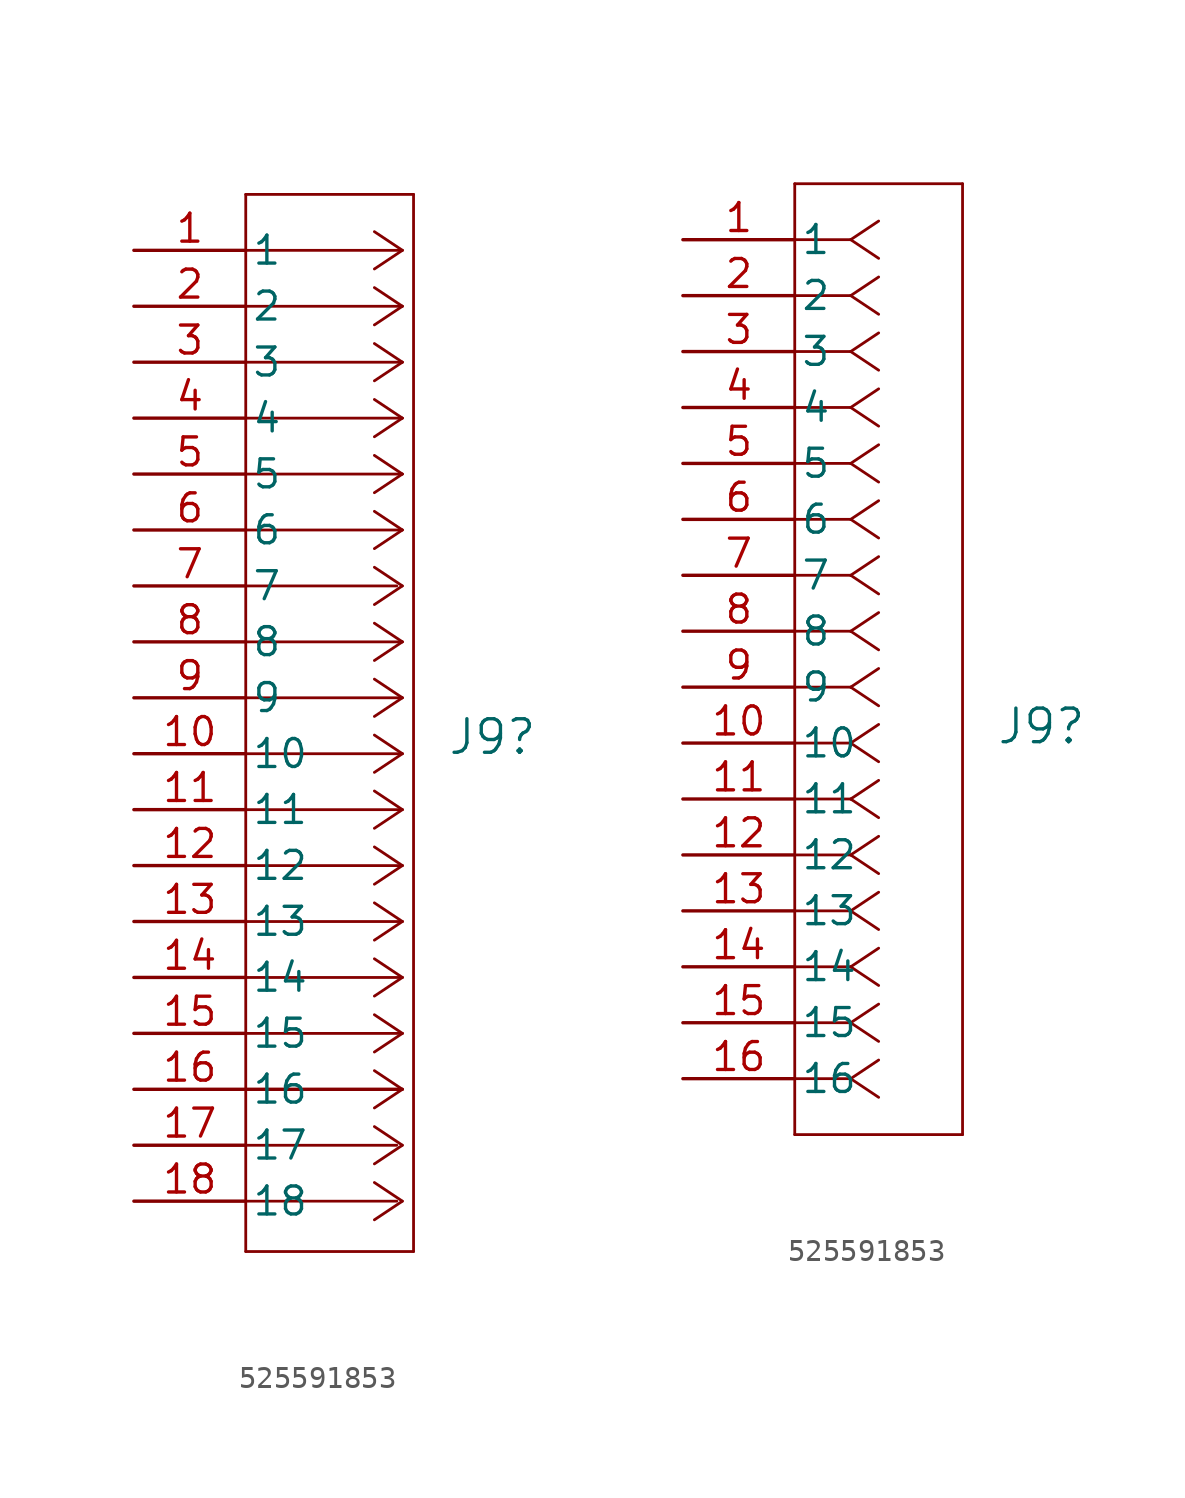
<source format=kicad_sym>
(kicad_symbol_lib
  (version 20211014)
  (generator kicad_symbol_editor)
  (symbol "525591853"
    (pin_names
      (offset 0.254))
    (property "Reference" "J9"
      (at 14.224 -22.098 0)
      (effects (font (size 1.524 1.524)) (justify left)))
    (symbol "525591853_1_1"
      (polyline (pts (xy 5.08 -45.466) (xy 12.7 -45.466)) (stroke (width 0.127) (type default) (color 0 0 0 0)) (fill (type none)))
      (polyline (pts (xy 5.08 2.54) (xy 5.08 -45.466)) (stroke (width 0.127) (type default) (color 0 0 0 0)) (fill (type none)))
      (polyline (pts (xy 11.938 -43.18) (xy 5.08 -43.18)) (stroke (width 0.127) (type default) (color 0 0 0 0)) (fill (type none)))
      (polyline (pts (xy 11.938 -40.64) (xy 5.08 -40.64)) (stroke (width 0.127) (type default) (color 0 0 0 0)) (fill (type none)))
      (polyline (pts (xy 11.938 -15.24) (xy 5.08 -15.24)) (stroke (width 0.127) (type default) (color 0 0 0 0)) (fill (type none)))
      (polyline (pts (xy 12.192 -43.18) (xy 10.922 -44.027)) (stroke (width 0.127) (type default) (color 0 0 0 0)) (fill (type none)))
      (polyline (pts (xy 12.192 -43.18) (xy 10.922 -42.333)) (stroke (width 0.127) (type default) (color 0 0 0 0)) (fill (type none)))
      (polyline (pts (xy 12.192 -40.64) (xy 10.922 -41.487)) (stroke (width 0.127) (type default) (color 0 0 0 0)) (fill (type none)))
      (polyline (pts (xy 12.192 -40.64) (xy 10.922 -39.793)) (stroke (width 0.127) (type default) (color 0 0 0 0)) (fill (type none)))
      (polyline (pts (xy 12.192 -38.1) (xy 5.08 -38.1)) (stroke (width 0) (type default) (color 0 0 0 0)) (fill (type none)))
      (polyline (pts (xy 12.192 -38.1) (xy 10.922 -38.947)) (stroke (width 0.127) (type default) (color 0 0 0 0)) (fill (type none)))
      (polyline (pts (xy 12.192 -38.1) (xy 10.922 -37.253)) (stroke (width 0.127) (type default) (color 0 0 0 0)) (fill (type none)))
      (polyline (pts (xy 12.192 -35.56) (xy 5.08 -35.56)) (stroke (width 0.127) (type default) (color 0 0 0 0)) (fill (type none)))
      (polyline (pts (xy 12.192 -35.56) (xy 10.922 -36.407)) (stroke (width 0.127) (type default) (color 0 0 0 0)) (fill (type none)))
      (polyline (pts (xy 12.192 -35.56) (xy 10.922 -34.713)) (stroke (width 0.127) (type default) (color 0 0 0 0)) (fill (type none)))
      (polyline (pts (xy 12.192 -33.02) (xy 5.08 -33.02)) (stroke (width 0.127) (type default) (color 0 0 0 0)) (fill (type none)))
      (polyline (pts (xy 12.192 -33.02) (xy 10.922 -33.867)) (stroke (width 0.127) (type default) (color 0 0 0 0)) (fill (type none)))
      (polyline (pts (xy 12.192 -33.02) (xy 10.922 -32.173)) (stroke (width 0.127) (type default) (color 0 0 0 0)) (fill (type none)))
      (polyline (pts (xy 12.192 -30.48) (xy 5.08 -30.48)) (stroke (width 0.127) (type default) (color 0 0 0 0)) (fill (type none)))
      (polyline (pts (xy 12.192 -30.48) (xy 10.922 -31.327)) (stroke (width 0.127) (type default) (color 0 0 0 0)) (fill (type none)))
      (polyline (pts (xy 12.192 -30.48) (xy 10.922 -29.633)) (stroke (width 0.127) (type default) (color 0 0 0 0)) (fill (type none)))
      (polyline (pts (xy 12.192 -27.94) (xy 5.08 -27.94)) (stroke (width 0.127) (type default) (color 0 0 0 0)) (fill (type none)))
      (polyline (pts (xy 12.192 -27.94) (xy 10.922 -28.787)) (stroke (width 0.127) (type default) (color 0 0 0 0)) (fill (type none)))
      (polyline (pts (xy 12.192 -27.94) (xy 10.922 -27.093)) (stroke (width 0.127) (type default) (color 0 0 0 0)) (fill (type none)))
      (polyline (pts (xy 12.192 -25.4) (xy 5.08 -25.4)) (stroke (width 0.127) (type default) (color 0 0 0 0)) (fill (type none)))
      (polyline (pts (xy 12.192 -25.4) (xy 10.922 -26.247)) (stroke (width 0.127) (type default) (color 0 0 0 0)) (fill (type none)))
      (polyline (pts (xy 12.192 -25.4) (xy 10.922 -24.553)) (stroke (width 0.127) (type default) (color 0 0 0 0)) (fill (type none)))
      (polyline (pts (xy 12.192 -22.86) (xy 5.08 -22.86)) (stroke (width 0.127) (type default) (color 0 0 0 0)) (fill (type none)))
      (polyline (pts (xy 12.192 -22.86) (xy 10.922 -23.707)) (stroke (width 0.127) (type default) (color 0 0 0 0)) (fill (type none)))
      (polyline (pts (xy 12.192 -22.86) (xy 10.922 -22.013)) (stroke (width 0.127) (type default) (color 0 0 0 0)) (fill (type none)))
      (polyline (pts (xy 12.192 -20.32) (xy 5.08 -20.32)) (stroke (width 0.127) (type default) (color 0 0 0 0)) (fill (type none)))
      (polyline (pts (xy 12.192 -20.32) (xy 10.922 -21.167)) (stroke (width 0.127) (type default) (color 0 0 0 0)) (fill (type none)))
      (polyline (pts (xy 12.192 -20.32) (xy 10.922 -19.473)) (stroke (width 0.127) (type default) (color 0 0 0 0)) (fill (type none)))
      (polyline (pts (xy 12.192 -17.78) (xy 5.08 -17.78)) (stroke (width 0.127) (type default) (color 0 0 0 0)) (fill (type none)))
      (polyline (pts (xy 12.192 -17.78) (xy 10.922 -18.627)) (stroke (width 0.127) (type default) (color 0 0 0 0)) (fill (type none)))
      (polyline (pts (xy 12.192 -17.78) (xy 10.922 -16.933)) (stroke (width 0.127) (type default) (color 0 0 0 0)) (fill (type none)))
      (polyline (pts (xy 12.192 -15.24) (xy 10.922 -16.087)) (stroke (width 0.127) (type default) (color 0 0 0 0)) (fill (type none)))
      (polyline (pts (xy 12.192 -15.24) (xy 10.922 -14.393)) (stroke (width 0.127) (type default) (color 0 0 0 0)) (fill (type none)))
      (polyline (pts (xy 12.192 -12.7) (xy 5.08 -12.7)) (stroke (width 0.127) (type default) (color 0 0 0 0)) (fill (type none)))
      (polyline (pts (xy 12.192 -12.7) (xy 10.922 -13.547)) (stroke (width 0.127) (type default) (color 0 0 0 0)) (fill (type none)))
      (polyline (pts (xy 12.192 -12.7) (xy 10.922 -11.853)) (stroke (width 0.127) (type default) (color 0 0 0 0)) (fill (type none)))
      (polyline (pts (xy 12.192 -10.16) (xy 5.08 -10.16)) (stroke (width 0.127) (type default) (color 0 0 0 0)) (fill (type none)))
      (polyline (pts (xy 12.192 -10.16) (xy 10.922 -11.007)) (stroke (width 0.127) (type default) (color 0 0 0 0)) (fill (type none)))
      (polyline (pts (xy 12.192 -10.16) (xy 10.922 -9.313)) (stroke (width 0.127) (type default) (color 0 0 0 0)) (fill (type none)))
      (polyline (pts (xy 12.192 -7.62) (xy 5.08 -7.62)) (stroke (width 0.127) (type default) (color 0 0 0 0)) (fill (type none)))
      (polyline (pts (xy 12.192 -7.62) (xy 10.922 -8.467)) (stroke (width 0.127) (type default) (color 0 0 0 0)) (fill (type none)))
      (polyline (pts (xy 12.192 -7.62) (xy 10.922 -6.773)) (stroke (width 0.127) (type default) (color 0 0 0 0)) (fill (type none)))
      (polyline (pts (xy 12.192 -5.08) (xy 5.08 -5.08)) (stroke (width 0.127) (type default) (color 0 0 0 0)) (fill (type none)))
      (polyline (pts (xy 12.192 -5.08) (xy 10.922 -5.927)) (stroke (width 0.127) (type default) (color 0 0 0 0)) (fill (type none)))
      (polyline (pts (xy 12.192 -5.08) (xy 10.922 -4.233)) (stroke (width 0.127) (type default) (color 0 0 0 0)) (fill (type none)))
      (polyline (pts (xy 12.192 -2.54) (xy 5.08 -2.54)) (stroke (width 0.127) (type default) (color 0 0 0 0)) (fill (type none)))
      (polyline (pts (xy 12.192 -2.54) (xy 10.922 -3.387)) (stroke (width 0.127) (type default) (color 0 0 0 0)) (fill (type none)))
      (polyline (pts (xy 12.192 -2.54) (xy 10.922 -1.693)) (stroke (width 0.127) (type default) (color 0 0 0 0)) (fill (type none)))
      (polyline (pts (xy 12.192 0) (xy 5.08 0)) (stroke (width 0.127) (type default) (color 0 0 0 0)) (fill (type none)))
      (polyline (pts (xy 12.192 0) (xy 10.922 -0.847)) (stroke (width 0.127) (type default) (color 0 0 0 0)) (fill (type none)))
      (polyline (pts (xy 12.192 0) (xy 10.922 0.847)) (stroke (width 0.127) (type default) (color 0 0 0 0)) (fill (type none)))
      (polyline (pts (xy 12.7 -45.466) (xy 12.7 2.54)) (stroke (width 0.127) (type default) (color 0 0 0 0)) (fill (type none)))
      (polyline (pts (xy 12.7 2.54) (xy 5.08 2.54)) (stroke (width 0.127) (type default) (color 0 0 0 0)) (fill (type none)))
      (pin unspecified line (at 0 0 0) (length 5.08) (name "1" (effects (font (size 1.27 1.27)))) (number "1" (effects (font (size 1.27 1.27)))))
      (pin unspecified line (at 0 -22.86 0) (length 5.08) (name "10" (effects (font (size 1.27 1.27)))) (number "10" (effects (font (size 1.27 1.27)))))
      (pin unspecified line (at 0 -25.4 0) (length 5.08) (name "11" (effects (font (size 1.27 1.27)))) (number "11" (effects (font (size 1.27 1.27)))))
      (pin unspecified line (at 0 -27.94 0) (length 5.08) (name "12" (effects (font (size 1.27 1.27)))) (number "12" (effects (font (size 1.27 1.27)))))
      (pin unspecified line (at 0 -30.48 0) (length 5.08) (name "13" (effects (font (size 1.27 1.27)))) (number "13" (effects (font (size 1.27 1.27)))))
      (pin unspecified line (at 0 -33.02 0) (length 5.08) (name "14" (effects (font (size 1.27 1.27)))) (number "14" (effects (font (size 1.27 1.27)))))
      (pin unspecified line (at 0 -35.56 0) (length 5.08) (name "15" (effects (font (size 1.27 1.27)))) (number "15" (effects (font (size 1.27 1.27)))))
      (pin unspecified line (at 0 -38.1 0) (length 5.08) (name "16" (effects (font (size 1.27 1.27)))) (number "16" (effects (font (size 1.27 1.27)))))
      (pin unspecified line (at 0 -40.64 0) (length 5.08) (name "17" (effects (font (size 1.27 1.27)))) (number "17" (effects (font (size 1.27 1.27)))))
      (pin unspecified line (at 0 -43.18 0) (length 5.08) (name "18" (effects (font (size 1.27 1.27)))) (number "18" (effects (font (size 1.27 1.27)))))
      (pin unspecified line (at 0 -2.54 0) (length 5.08) (name "2" (effects (font (size 1.27 1.27)))) (number "2" (effects (font (size 1.27 1.27)))))
      (pin unspecified line (at 0 -5.08 0) (length 5.08) (name "3" (effects (font (size 1.27 1.27)))) (number "3" (effects (font (size 1.27 1.27)))))
      (pin unspecified line (at 0 -7.62 0) (length 5.08) (name "4" (effects (font (size 1.27 1.27)))) (number "4" (effects (font (size 1.27 1.27)))))
      (pin unspecified line (at 0 -10.16 0) (length 5.08) (name "5" (effects (font (size 1.27 1.27)))) (number "5" (effects (font (size 1.27 1.27)))))
      (pin unspecified line (at 0 -12.7 0) (length 5.08) (name "6" (effects (font (size 1.27 1.27)))) (number "6" (effects (font (size 1.27 1.27)))))
      (pin unspecified line (at 0 -15.24 0) (length 5.08) (name "7" (effects (font (size 1.27 1.27)))) (number "7" (effects (font (size 1.27 1.27)))))
      (pin unspecified line (at 0 -17.78 0) (length 5.08) (name "8" (effects (font (size 1.27 1.27)))) (number "8" (effects (font (size 1.27 1.27)))))
      (pin unspecified line (at 0 -20.32 0) (length 5.08) (name "9" (effects (font (size 1.27 1.27)))) (number "9" (effects (font (size 1.27 1.27))))))
    (symbol "525591853_1_2"
      (polyline (pts (xy 5.08 -40.64) (xy 12.7 -40.64)) (stroke (width 0.127) (type default) (color 0 0 0 0)) (fill (type none)))
      (polyline (pts (xy 5.08 2.54) (xy 5.08 -40.64)) (stroke (width 0.127) (type default) (color 0 0 0 0)) (fill (type none)))
      (polyline (pts (xy 7.62 -38.1) (xy 5.08 -38.1)) (stroke (width 0.127) (type default) (color 0 0 0 0)) (fill (type none)))
      (polyline (pts (xy 7.62 -38.1) (xy 8.89 -38.947)) (stroke (width 0.127) (type default) (color 0 0 0 0)) (fill (type none)))
      (polyline (pts (xy 7.62 -38.1) (xy 8.89 -37.253)) (stroke (width 0.127) (type default) (color 0 0 0 0)) (fill (type none)))
      (polyline (pts (xy 7.62 -35.56) (xy 5.08 -35.56)) (stroke (width 0.127) (type default) (color 0 0 0 0)) (fill (type none)))
      (polyline (pts (xy 7.62 -35.56) (xy 8.89 -36.407)) (stroke (width 0.127) (type default) (color 0 0 0 0)) (fill (type none)))
      (polyline (pts (xy 7.62 -35.56) (xy 8.89 -34.713)) (stroke (width 0.127) (type default) (color 0 0 0 0)) (fill (type none)))
      (polyline (pts (xy 7.62 -33.02) (xy 5.08 -33.02)) (stroke (width 0.127) (type default) (color 0 0 0 0)) (fill (type none)))
      (polyline (pts (xy 7.62 -33.02) (xy 8.89 -33.867)) (stroke (width 0.127) (type default) (color 0 0 0 0)) (fill (type none)))
      (polyline (pts (xy 7.62 -33.02) (xy 8.89 -32.173)) (stroke (width 0.127) (type default) (color 0 0 0 0)) (fill (type none)))
      (polyline (pts (xy 7.62 -30.48) (xy 5.08 -30.48)) (stroke (width 0.127) (type default) (color 0 0 0 0)) (fill (type none)))
      (polyline (pts (xy 7.62 -30.48) (xy 8.89 -31.327)) (stroke (width 0.127) (type default) (color 0 0 0 0)) (fill (type none)))
      (polyline (pts (xy 7.62 -30.48) (xy 8.89 -29.633)) (stroke (width 0.127) (type default) (color 0 0 0 0)) (fill (type none)))
      (polyline (pts (xy 7.62 -27.94) (xy 5.08 -27.94)) (stroke (width 0.127) (type default) (color 0 0 0 0)) (fill (type none)))
      (polyline (pts (xy 7.62 -27.94) (xy 8.89 -28.787)) (stroke (width 0.127) (type default) (color 0 0 0 0)) (fill (type none)))
      (polyline (pts (xy 7.62 -27.94) (xy 8.89 -27.093)) (stroke (width 0.127) (type default) (color 0 0 0 0)) (fill (type none)))
      (polyline (pts (xy 7.62 -25.4) (xy 5.08 -25.4)) (stroke (width 0.127) (type default) (color 0 0 0 0)) (fill (type none)))
      (polyline (pts (xy 7.62 -25.4) (xy 8.89 -26.247)) (stroke (width 0.127) (type default) (color 0 0 0 0)) (fill (type none)))
      (polyline (pts (xy 7.62 -25.4) (xy 8.89 -24.553)) (stroke (width 0.127) (type default) (color 0 0 0 0)) (fill (type none)))
      (polyline (pts (xy 7.62 -22.86) (xy 5.08 -22.86)) (stroke (width 0.127) (type default) (color 0 0 0 0)) (fill (type none)))
      (polyline (pts (xy 7.62 -22.86) (xy 8.89 -23.707)) (stroke (width 0.127) (type default) (color 0 0 0 0)) (fill (type none)))
      (polyline (pts (xy 7.62 -22.86) (xy 8.89 -22.013)) (stroke (width 0.127) (type default) (color 0 0 0 0)) (fill (type none)))
      (polyline (pts (xy 7.62 -20.32) (xy 5.08 -20.32)) (stroke (width 0.127) (type default) (color 0 0 0 0)) (fill (type none)))
      (polyline (pts (xy 7.62 -20.32) (xy 8.89 -21.167)) (stroke (width 0.127) (type default) (color 0 0 0 0)) (fill (type none)))
      (polyline (pts (xy 7.62 -20.32) (xy 8.89 -19.473)) (stroke (width 0.127) (type default) (color 0 0 0 0)) (fill (type none)))
      (polyline (pts (xy 7.62 -17.78) (xy 5.08 -17.78)) (stroke (width 0.127) (type default) (color 0 0 0 0)) (fill (type none)))
      (polyline (pts (xy 7.62 -17.78) (xy 8.89 -18.627)) (stroke (width 0.127) (type default) (color 0 0 0 0)) (fill (type none)))
      (polyline (pts (xy 7.62 -17.78) (xy 8.89 -16.933)) (stroke (width 0.127) (type default) (color 0 0 0 0)) (fill (type none)))
      (polyline (pts (xy 7.62 -15.24) (xy 5.08 -15.24)) (stroke (width 0.127) (type default) (color 0 0 0 0)) (fill (type none)))
      (polyline (pts (xy 7.62 -15.24) (xy 8.89 -16.087)) (stroke (width 0.127) (type default) (color 0 0 0 0)) (fill (type none)))
      (polyline (pts (xy 7.62 -15.24) (xy 8.89 -14.393)) (stroke (width 0.127) (type default) (color 0 0 0 0)) (fill (type none)))
      (polyline (pts (xy 7.62 -12.7) (xy 5.08 -12.7)) (stroke (width 0.127) (type default) (color 0 0 0 0)) (fill (type none)))
      (polyline (pts (xy 7.62 -12.7) (xy 8.89 -13.547)) (stroke (width 0.127) (type default) (color 0 0 0 0)) (fill (type none)))
      (polyline (pts (xy 7.62 -12.7) (xy 8.89 -11.853)) (stroke (width 0.127) (type default) (color 0 0 0 0)) (fill (type none)))
      (polyline (pts (xy 7.62 -10.16) (xy 5.08 -10.16)) (stroke (width 0.127) (type default) (color 0 0 0 0)) (fill (type none)))
      (polyline (pts (xy 7.62 -10.16) (xy 8.89 -11.007)) (stroke (width 0.127) (type default) (color 0 0 0 0)) (fill (type none)))
      (polyline (pts (xy 7.62 -10.16) (xy 8.89 -9.313)) (stroke (width 0.127) (type default) (color 0 0 0 0)) (fill (type none)))
      (polyline (pts (xy 7.62 -7.62) (xy 5.08 -7.62)) (stroke (width 0.127) (type default) (color 0 0 0 0)) (fill (type none)))
      (polyline (pts (xy 7.62 -7.62) (xy 8.89 -8.467)) (stroke (width 0.127) (type default) (color 0 0 0 0)) (fill (type none)))
      (polyline (pts (xy 7.62 -7.62) (xy 8.89 -6.773)) (stroke (width 0.127) (type default) (color 0 0 0 0)) (fill (type none)))
      (polyline (pts (xy 7.62 -5.08) (xy 5.08 -5.08)) (stroke (width 0.127) (type default) (color 0 0 0 0)) (fill (type none)))
      (polyline (pts (xy 7.62 -5.08) (xy 8.89 -5.927)) (stroke (width 0.127) (type default) (color 0 0 0 0)) (fill (type none)))
      (polyline (pts (xy 7.62 -5.08) (xy 8.89 -4.233)) (stroke (width 0.127) (type default) (color 0 0 0 0)) (fill (type none)))
      (polyline (pts (xy 7.62 -2.54) (xy 5.08 -2.54)) (stroke (width 0.127) (type default) (color 0 0 0 0)) (fill (type none)))
      (polyline (pts (xy 7.62 -2.54) (xy 8.89 -3.387)) (stroke (width 0.127) (type default) (color 0 0 0 0)) (fill (type none)))
      (polyline (pts (xy 7.62 -2.54) (xy 8.89 -1.693)) (stroke (width 0.127) (type default) (color 0 0 0 0)) (fill (type none)))
      (polyline (pts (xy 7.62 0) (xy 5.08 0)) (stroke (width 0.127) (type default) (color 0 0 0 0)) (fill (type none)))
      (polyline (pts (xy 7.62 0) (xy 8.89 -0.847)) (stroke (width 0.127) (type default) (color 0 0 0 0)) (fill (type none)))
      (polyline (pts (xy 7.62 0) (xy 8.89 0.847)) (stroke (width 0.127) (type default) (color 0 0 0 0)) (fill (type none)))
      (polyline (pts (xy 12.7 -40.64) (xy 12.7 2.54)) (stroke (width 0.127) (type default) (color 0 0 0 0)) (fill (type none)))
      (polyline (pts (xy 12.7 2.54) (xy 5.08 2.54)) (stroke (width 0.127) (type default) (color 0 0 0 0)) (fill (type none)))
      (pin unspecified line (at 0 0 0) (length 5.08) (name "1" (effects (font (size 1.27 1.27)))) (number "1" (effects (font (size 1.27 1.27)))))
      (pin unspecified line (at 0 -22.86 0) (length 5.08) (name "10" (effects (font (size 1.27 1.27)))) (number "10" (effects (font (size 1.27 1.27)))))
      (pin unspecified line (at 0 -25.4 0) (length 5.08) (name "11" (effects (font (size 1.27 1.27)))) (number "11" (effects (font (size 1.27 1.27)))))
      (pin unspecified line (at 0 -27.94 0) (length 5.08) (name "12" (effects (font (size 1.27 1.27)))) (number "12" (effects (font (size 1.27 1.27)))))
      (pin unspecified line (at 0 -30.48 0) (length 5.08) (name "13" (effects (font (size 1.27 1.27)))) (number "13" (effects (font (size 1.27 1.27)))))
      (pin unspecified line (at 0 -33.02 0) (length 5.08) (name "14" (effects (font (size 1.27 1.27)))) (number "14" (effects (font (size 1.27 1.27)))))
      (pin unspecified line (at 0 -35.56 0) (length 5.08) (name "15" (effects (font (size 1.27 1.27)))) (number "15" (effects (font (size 1.27 1.27)))))
      (pin unspecified line (at 0 -38.1 0) (length 5.08) (name "16" (effects (font (size 1.27 1.27)))) (number "16" (effects (font (size 1.27 1.27)))))
      (pin unspecified line (at 0 -2.54 0) (length 5.08) (name "2" (effects (font (size 1.27 1.27)))) (number "2" (effects (font (size 1.27 1.27)))))
      (pin unspecified line (at 0 -5.08 0) (length 5.08) (name "3" (effects (font (size 1.27 1.27)))) (number "3" (effects (font (size 1.27 1.27)))))
      (pin unspecified line (at 0 -7.62 0) (length 5.08) (name "4" (effects (font (size 1.27 1.27)))) (number "4" (effects (font (size 1.27 1.27)))))
      (pin unspecified line (at 0 -10.16 0) (length 5.08) (name "5" (effects (font (size 1.27 1.27)))) (number "5" (effects (font (size 1.27 1.27)))))
      (pin unspecified line (at 0 -12.7 0) (length 5.08) (name "6" (effects (font (size 1.27 1.27)))) (number "6" (effects (font (size 1.27 1.27)))))
      (pin unspecified line (at 0 -15.24 0) (length 5.08) (name "7" (effects (font (size 1.27 1.27)))) (number "7" (effects (font (size 1.27 1.27)))))
      (pin unspecified line (at 0 -17.78 0) (length 5.08) (name "8" (effects (font (size 1.27 1.27)))) (number "8" (effects (font (size 1.27 1.27)))))
      (pin unspecified line (at 0 -20.32 0) (length 5.08) (name "9" (effects (font (size 1.27 1.27)))) (number "9" (effects (font (size 1.27 1.27))))))))
</source>
